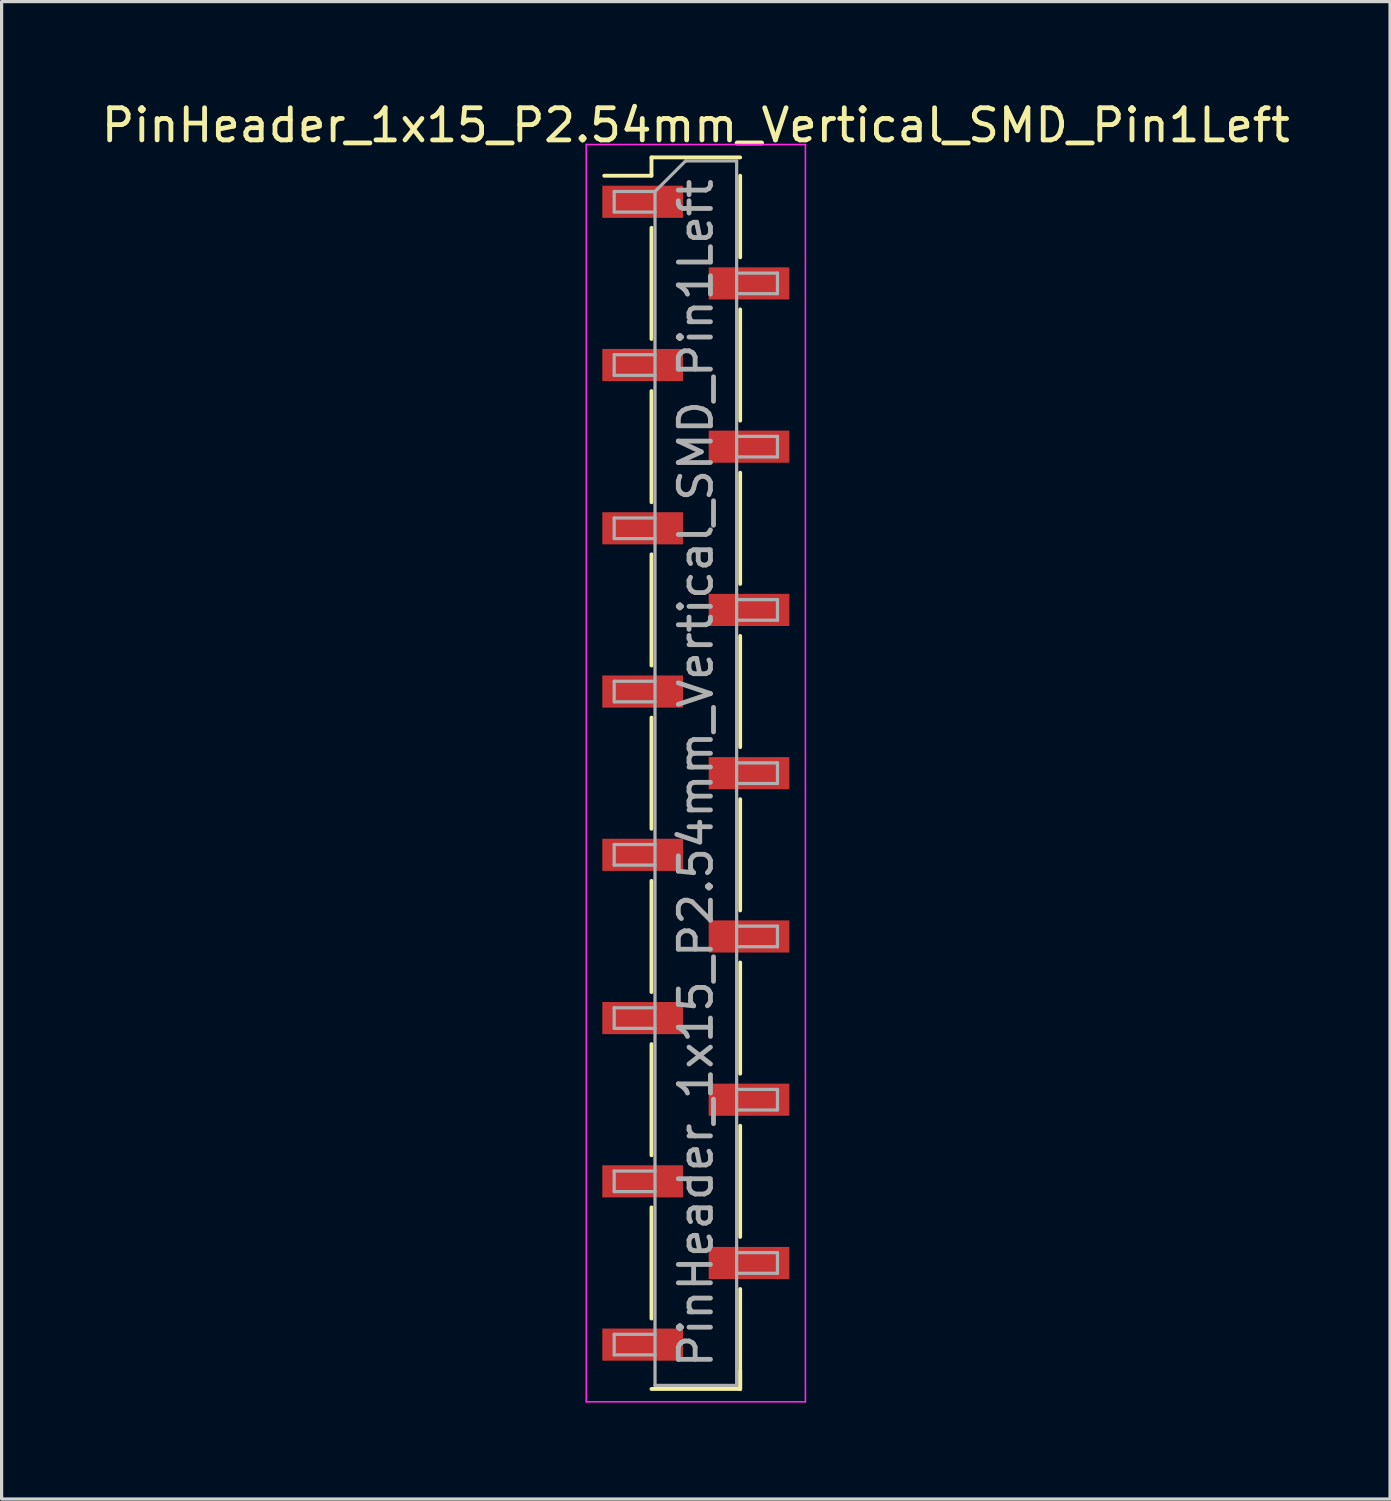
<source format=kicad_pcb>
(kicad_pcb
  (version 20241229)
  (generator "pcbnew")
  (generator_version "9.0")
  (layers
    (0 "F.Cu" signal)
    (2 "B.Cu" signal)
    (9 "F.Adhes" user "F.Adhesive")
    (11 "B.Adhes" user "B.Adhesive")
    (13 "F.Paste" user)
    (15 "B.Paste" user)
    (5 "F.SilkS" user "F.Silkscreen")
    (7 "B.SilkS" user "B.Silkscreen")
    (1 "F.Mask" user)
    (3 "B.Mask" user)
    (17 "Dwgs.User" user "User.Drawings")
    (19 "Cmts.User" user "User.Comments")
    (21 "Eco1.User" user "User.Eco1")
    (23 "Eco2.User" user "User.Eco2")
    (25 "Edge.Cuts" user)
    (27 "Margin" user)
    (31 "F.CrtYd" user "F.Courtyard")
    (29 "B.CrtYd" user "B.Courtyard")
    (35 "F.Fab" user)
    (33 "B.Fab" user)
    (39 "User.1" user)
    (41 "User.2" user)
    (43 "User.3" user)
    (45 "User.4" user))
  (footprint "PinHeader_1x15_P2.54mm_Vertical_SMD_Pin1Left"
    (layer "F.Cu")
    (at 18.601 21.008)
    (property "Reference" "PinHeader_1x15_P2.54mm_Vertical_SMD_Pin1Left" (at 0 -20.16 0) (layer "F.SilkS") (effects (font (size 1 1) (thickness 0.15))))
    (attr smd)
    (fp_line (start -1.38 -19.16) (end -1.38 -18.59) (stroke (width 0.12) (type solid)) (layer "F.SilkS"))
    (fp_line (start -1.38 -19.16) (end 1.38 -19.16) (stroke (width 0.12) (type solid)) (layer "F.SilkS"))
    (fp_line (start -1.38 -18.59) (end -2.85 -18.59) (stroke (width 0.12) (type solid)) (layer "F.SilkS"))
    (fp_line (start -1.38 -16.97) (end -1.38 -13.51) (stroke (width 0.12) (type solid)) (layer "F.SilkS"))
    (fp_line (start -1.38 -11.89) (end -1.38 -8.43) (stroke (width 0.12) (type solid)) (layer "F.SilkS"))
    (fp_line (start -1.38 -6.81) (end -1.38 -3.35) (stroke (width 0.12) (type solid)) (layer "F.SilkS"))
    (fp_line (start -1.38 -1.73) (end -1.38 1.73) (stroke (width 0.12) (type solid)) (layer "F.SilkS"))
    (fp_line (start -1.38 3.35) (end -1.38 6.81) (stroke (width 0.12) (type solid)) (layer "F.SilkS"))
    (fp_line (start -1.38 8.43) (end -1.38 11.89) (stroke (width 0.12) (type solid)) (layer "F.SilkS"))
    (fp_line (start -1.38 13.51) (end -1.38 16.97) (stroke (width 0.12) (type solid)) (layer "F.SilkS"))
    (fp_line (start -1.38 19.16) (end 1.38 19.16) (stroke (width 0.12) (type solid)) (layer "F.SilkS"))
    (fp_line (start 1.38 -18.59) (end 1.38 -16.05) (stroke (width 0.12) (type solid)) (layer "F.SilkS"))
    (fp_line (start 1.38 -14.43) (end 1.38 -10.97) (stroke (width 0.12) (type solid)) (layer "F.SilkS"))
    (fp_line (start 1.38 -9.35) (end 1.38 -5.89) (stroke (width 0.12) (type solid)) (layer "F.SilkS"))
    (fp_line (start 1.38 -4.27) (end 1.38 -0.81) (stroke (width 0.12) (type solid)) (layer "F.SilkS"))
    (fp_line (start 1.38 0.81) (end 1.38 4.27) (stroke (width 0.12) (type solid)) (layer "F.SilkS"))
    (fp_line (start 1.38 5.89) (end 1.38 9.35) (stroke (width 0.12) (type solid)) (layer "F.SilkS"))
    (fp_line (start 1.38 10.97) (end 1.38 14.43) (stroke (width 0.12) (type solid)) (layer "F.SilkS"))
    (fp_line (start 1.38 16.05) (end 1.38 19.16) (stroke (width 0.12) (type solid)) (layer "F.SilkS"))
    (fp_line (start 1.38 18.59) (end 1.38 19.16) (stroke (width 0.12) (type solid)) (layer "F.SilkS"))
    (fp_line (start -3.41 -19.56) (end -3.41 19.56) (stroke (width 0.05) (type solid)) (layer "F.CrtYd"))
    (fp_line (start -3.41 19.56) (end 3.41 19.56) (stroke (width 0.05) (type solid)) (layer "F.CrtYd"))
    (fp_line (start 3.41 -19.56) (end -3.41 -19.56) (stroke (width 0.05) (type solid)) (layer "F.CrtYd"))
    (fp_line (start 3.41 19.56) (end 3.41 -19.56) (stroke (width 0.05) (type solid)) (layer "F.CrtYd"))
    (fp_line (start -2.54 -18.1) (end -2.54 -17.46) (stroke (width 0.1) (type solid)) (layer "F.Fab"))
    (fp_line (start -2.54 -17.46) (end -1.27 -17.46) (stroke (width 0.1) (type solid)) (layer "F.Fab"))
    (fp_line (start -2.54 -13.02) (end -2.54 -12.38) (stroke (width 0.1) (type solid)) (layer "F.Fab"))
    (fp_line (start -2.54 -12.38) (end -1.27 -12.38) (stroke (width 0.1) (type solid)) (layer "F.Fab"))
    (fp_line (start -2.54 -7.94) (end -2.54 -7.3) (stroke (width 0.1) (type solid)) (layer "F.Fab"))
    (fp_line (start -2.54 -7.3) (end -1.27 -7.3) (stroke (width 0.1) (type solid)) (layer "F.Fab"))
    (fp_line (start -2.54 -2.86) (end -2.54 -2.22) (stroke (width 0.1) (type solid)) (layer "F.Fab"))
    (fp_line (start -2.54 -2.22) (end -1.27 -2.22) (stroke (width 0.1) (type solid)) (layer "F.Fab"))
    (fp_line (start -2.54 2.22) (end -2.54 2.86) (stroke (width 0.1) (type solid)) (layer "F.Fab"))
    (fp_line (start -2.54 2.86) (end -1.27 2.86) (stroke (width 0.1) (type solid)) (layer "F.Fab"))
    (fp_line (start -2.54 7.3) (end -2.54 7.94) (stroke (width 0.1) (type solid)) (layer "F.Fab"))
    (fp_line (start -2.54 7.94) (end -1.27 7.94) (stroke (width 0.1) (type solid)) (layer "F.Fab"))
    (fp_line (start -2.54 12.38) (end -2.54 13.02) (stroke (width 0.1) (type solid)) (layer "F.Fab"))
    (fp_line (start -2.54 13.02) (end -1.27 13.02) (stroke (width 0.1) (type solid)) (layer "F.Fab"))
    (fp_line (start -2.54 17.46) (end -2.54 18.1) (stroke (width 0.1) (type solid)) (layer "F.Fab"))
    (fp_line (start -2.54 18.1) (end -1.27 18.1) (stroke (width 0.1) (type solid)) (layer "F.Fab"))
    (fp_line (start -1.27 -18.1) (end -2.54 -18.1) (stroke (width 0.1) (type solid)) (layer "F.Fab"))
    (fp_line (start -1.27 -18.1) (end -0.32 -19.05) (stroke (width 0.1) (type solid)) (layer "F.Fab"))
    (fp_line (start -1.27 -13.02) (end -2.54 -13.02) (stroke (width 0.1) (type solid)) (layer "F.Fab"))
    (fp_line (start -1.27 -7.94) (end -2.54 -7.94) (stroke (width 0.1) (type solid)) (layer "F.Fab"))
    (fp_line (start -1.27 -2.86) (end -2.54 -2.86) (stroke (width 0.1) (type solid)) (layer "F.Fab"))
    (fp_line (start -1.27 2.22) (end -2.54 2.22) (stroke (width 0.1) (type solid)) (layer "F.Fab"))
    (fp_line (start -1.27 7.3) (end -2.54 7.3) (stroke (width 0.1) (type solid)) (layer "F.Fab"))
    (fp_line (start -1.27 12.38) (end -2.54 12.38) (stroke (width 0.1) (type solid)) (layer "F.Fab"))
    (fp_line (start -1.27 17.46) (end -2.54 17.46) (stroke (width 0.1) (type solid)) (layer "F.Fab"))
    (fp_line (start -1.27 19.05) (end -1.27 -18.1) (stroke (width 0.1) (type solid)) (layer "F.Fab"))
    (fp_line (start -0.32 -19.05) (end 1.27 -19.05) (stroke (width 0.1) (type solid)) (layer "F.Fab"))
    (fp_line (start 1.27 -19.05) (end 1.27 19.05) (stroke (width 0.1) (type solid)) (layer "F.Fab"))
    (fp_line (start 1.27 -15.56) (end 2.54 -15.56) (stroke (width 0.1) (type solid)) (layer "F.Fab"))
    (fp_line (start 1.27 -10.48) (end 2.54 -10.48) (stroke (width 0.1) (type solid)) (layer "F.Fab"))
    (fp_line (start 1.27 -5.4) (end 2.54 -5.4) (stroke (width 0.1) (type solid)) (layer "F.Fab"))
    (fp_line (start 1.27 -0.32) (end 2.54 -0.32) (stroke (width 0.1) (type solid)) (layer "F.Fab"))
    (fp_line (start 1.27 4.76) (end 2.54 4.76) (stroke (width 0.1) (type solid)) (layer "F.Fab"))
    (fp_line (start 1.27 9.84) (end 2.54 9.84) (stroke (width 0.1) (type solid)) (layer "F.Fab"))
    (fp_line (start 1.27 14.92) (end 2.54 14.92) (stroke (width 0.1) (type solid)) (layer "F.Fab"))
    (fp_line (start 1.27 19.05) (end -1.27 19.05) (stroke (width 0.1) (type solid)) (layer "F.Fab"))
    (fp_line (start 2.54 -15.56) (end 2.54 -14.92) (stroke (width 0.1) (type solid)) (layer "F.Fab"))
    (fp_line (start 2.54 -14.92) (end 1.27 -14.92) (stroke (width 0.1) (type solid)) (layer "F.Fab"))
    (fp_line (start 2.54 -10.48) (end 2.54 -9.84) (stroke (width 0.1) (type solid)) (layer "F.Fab"))
    (fp_line (start 2.54 -9.84) (end 1.27 -9.84) (stroke (width 0.1) (type solid)) (layer "F.Fab"))
    (fp_line (start 2.54 -5.4) (end 2.54 -4.76) (stroke (width 0.1) (type solid)) (layer "F.Fab"))
    (fp_line (start 2.54 -4.76) (end 1.27 -4.76) (stroke (width 0.1) (type solid)) (layer "F.Fab"))
    (fp_line (start 2.54 -0.32) (end 2.54 0.32) (stroke (width 0.1) (type solid)) (layer "F.Fab"))
    (fp_line (start 2.54 0.32) (end 1.27 0.32) (stroke (width 0.1) (type solid)) (layer "F.Fab"))
    (fp_line (start 2.54 4.76) (end 2.54 5.4) (stroke (width 0.1) (type solid)) (layer "F.Fab"))
    (fp_line (start 2.54 5.4) (end 1.27 5.4) (stroke (width 0.1) (type solid)) (layer "F.Fab"))
    (fp_line (start 2.54 9.84) (end 2.54 10.48) (stroke (width 0.1) (type solid)) (layer "F.Fab"))
    (fp_line (start 2.54 10.48) (end 1.27 10.48) (stroke (width 0.1) (type solid)) (layer "F.Fab"))
    (fp_line (start 2.54 14.92) (end 2.54 15.56) (stroke (width 0.1) (type solid)) (layer "F.Fab"))
    (fp_line (start 2.54 15.56) (end 1.27 15.56) (stroke (width 0.1) (type solid)) (layer "F.Fab"))
    (fp_text user "${REFERENCE}" (at 0 0 90) (layer "F.Fab") (effects (font (size 1 1) (thickness 0.15))))
    (pad "1" smd rect (at -1.655 -17.78) (size 2.51 1) (layers "F.Cu" "F.Mask" "F.Paste"))
    (pad "2" smd rect (at 1.655 -15.24) (size 2.51 1) (layers "F.Cu" "F.Mask" "F.Paste"))
    (pad "3" smd rect (at -1.655 -12.7) (size 2.51 1) (layers "F.Cu" "F.Mask" "F.Paste"))
    (pad "4" smd rect (at 1.655 -10.16) (size 2.51 1) (layers "F.Cu" "F.Mask" "F.Paste"))
    (pad "5" smd rect (at -1.655 -7.62) (size 2.51 1) (layers "F.Cu" "F.Mask" "F.Paste"))
    (pad "6" smd rect (at 1.655 -5.08) (size 2.51 1) (layers "F.Cu" "F.Mask" "F.Paste"))
    (pad "7" smd rect (at -1.655 -2.54) (size 2.51 1) (layers "F.Cu" "F.Mask" "F.Paste"))
    (pad "8" smd rect (at 1.655 0) (size 2.51 1) (layers "F.Cu" "F.Mask" "F.Paste"))
    (pad "9" smd rect (at -1.655 2.54) (size 2.51 1) (layers "F.Cu" "F.Mask" "F.Paste"))
    (pad "10" smd rect (at 1.655 5.08) (size 2.51 1) (layers "F.Cu" "F.Mask" "F.Paste"))
    (pad "11" smd rect (at -1.655 7.62) (size 2.51 1) (layers "F.Cu" "F.Mask" "F.Paste"))
    (pad "12" smd rect (at 1.655 10.16) (size 2.51 1) (layers "F.Cu" "F.Mask" "F.Paste"))
    (pad "13" smd rect (at -1.655 12.7) (size 2.51 1) (layers "F.Cu" "F.Mask" "F.Paste"))
    (pad "14" smd rect (at 1.655 15.24) (size 2.51 1) (layers "F.Cu" "F.Mask" "F.Paste"))
    (pad "15" smd rect (at -1.655 17.78) (size 2.51 1) (layers "F.Cu" "F.Mask" "F.Paste")))
  (gr_rect
    (start -3 -3)
    (end 40.202 43.593)
    (stroke (width 0.1) (type default))
    (fill no)
    (layer "Edge.Cuts")))
</source>
